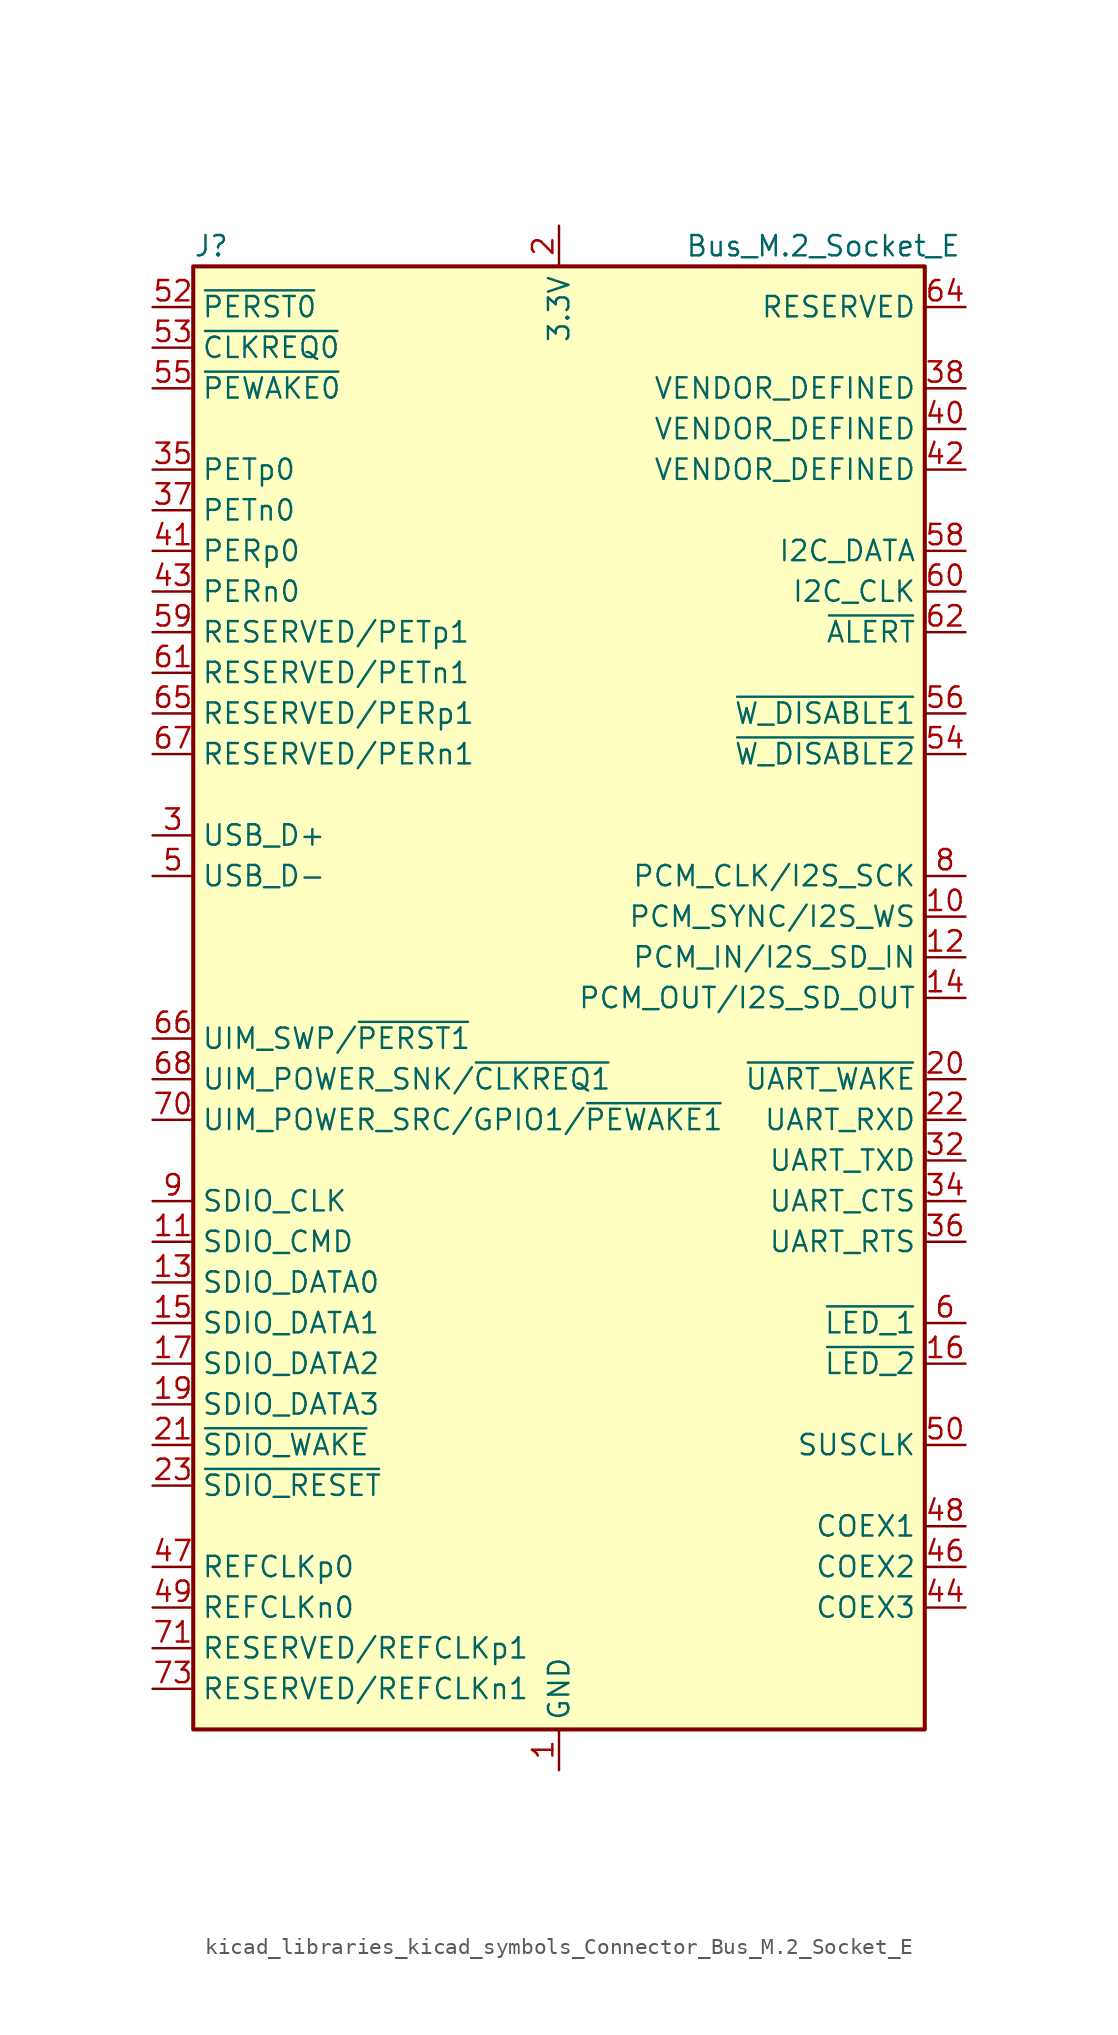
<source format=kicad_sym>
(kicad_symbol_lib
  (version 20220914)
  (generator kicad_symbol_editor)
  (symbol "kicad_libraries_kicad_symbols_Connector_Bus_M.2_Socket_E"
    (property "Reference" "J"
      (at -22.86 46.99 0)
      (effects (font (size 1.27 1.27)) (justify left)))
    (property "Value" "Bus_M.2_Socket_E"
      (at 16.51 46.99 0)
      (effects (font (size 1.27 1.27))))
    (symbol "kicad_libraries_kicad_symbols_Connector_Bus_M.2_Socket_E_0_1"
      (rectangle (start -22.86 45.72) (end 22.86 -45.72) (stroke (width 0.254) (type default)) (fill (type background))))
    (symbol "kicad_libraries_kicad_symbols_Connector_Bus_M.2_Socket_E_1_1"
      (pin power_in line (at 0 -48.26 90) (length 2.54) (name "GND" (effects (font (size 1.27 1.27)))) (number "1" (effects (font (size 1.27 1.27)))))
      (pin bidirectional line (at 25.4 5.08 180) (length 2.54) (name "PCM_SYNC/I2S_WS" (effects (font (size 1.27 1.27)))) (number "10" (effects (font (size 1.27 1.27)))))
      (pin bidirectional line (at -25.4 -15.24 0) (length 2.54) (name "SDIO_CMD" (effects (font (size 1.27 1.27)))) (number "11" (effects (font (size 1.27 1.27)))))
      (pin input line (at 25.4 2.54 180) (length 2.54) (name "PCM_IN/I2S_SD_IN" (effects (font (size 1.27 1.27)))) (number "12" (effects (font (size 1.27 1.27)))))
      (pin bidirectional line (at -25.4 -17.78 0) (length 2.54) (name "SDIO_DATA0" (effects (font (size 1.27 1.27)))) (number "13" (effects (font (size 1.27 1.27)))))
      (pin output line (at 25.4 0 180) (length 2.54) (name "PCM_OUT/I2S_SD_OUT" (effects (font (size 1.27 1.27)))) (number "14" (effects (font (size 1.27 1.27)))))
      (pin bidirectional line (at -25.4 -20.32 0) (length 2.54) (name "SDIO_DATA1" (effects (font (size 1.27 1.27)))) (number "15" (effects (font (size 1.27 1.27)))))
      (pin open_collector line (at 25.4 -22.86 180) (length 2.54) (name "~{LED_2}" (effects (font (size 1.27 1.27)))) (number "16" (effects (font (size 1.27 1.27)))))
      (pin bidirectional line (at -25.4 -22.86 0) (length 2.54) (name "SDIO_DATA2" (effects (font (size 1.27 1.27)))) (number "17" (effects (font (size 1.27 1.27)))))
      (pin passive line (at 0 -48.26 90) (length 2.54) hide (name "GND" (effects (font (size 1.27 1.27)))) (number "18" (effects (font (size 1.27 1.27)))))
      (pin bidirectional line (at -25.4 -25.4 0) (length 2.54) (name "SDIO_DATA3" (effects (font (size 1.27 1.27)))) (number "19" (effects (font (size 1.27 1.27)))))
      (pin power_in line (at 0 48.26 270) (length 2.54) (name "3.3V" (effects (font (size 1.27 1.27)))) (number "2" (effects (font (size 1.27 1.27)))))
      (pin input line (at 25.4 -5.08 180) (length 2.54) (name "~{UART_WAKE}" (effects (font (size 1.27 1.27)))) (number "20" (effects (font (size 1.27 1.27)))))
      (pin input line (at -25.4 -27.94 0) (length 2.54) (name "~{SDIO_WAKE}" (effects (font (size 1.27 1.27)))) (number "21" (effects (font (size 1.27 1.27)))))
      (pin input line (at 25.4 -7.62 180) (length 2.54) (name "UART_RXD" (effects (font (size 1.27 1.27)))) (number "22" (effects (font (size 1.27 1.27)))))
      (pin output line (at -25.4 -30.48 0) (length 2.54) (name "~{SDIO_RESET}" (effects (font (size 1.27 1.27)))) (number "23" (effects (font (size 1.27 1.27)))))
      (pin bidirectional line (at -25.4 10.16 0) (length 2.54) (name "USB_D+" (effects (font (size 1.27 1.27)))) (number "3" (effects (font (size 1.27 1.27)))))
      (pin output line (at 25.4 -10.16 180) (length 2.54) (name "UART_TXD" (effects (font (size 1.27 1.27)))) (number "32" (effects (font (size 1.27 1.27)))))
      (pin passive line (at 0 -48.26 90) (length 2.54) hide (name "GND" (effects (font (size 1.27 1.27)))) (number "33" (effects (font (size 1.27 1.27)))))
      (pin input line (at 25.4 -12.7 180) (length 2.54) (name "UART_CTS" (effects (font (size 1.27 1.27)))) (number "34" (effects (font (size 1.27 1.27)))))
      (pin output line (at -25.4 33.02 0) (length 2.54) (name "PETp0" (effects (font (size 1.27 1.27)))) (number "35" (effects (font (size 1.27 1.27)))))
      (pin output line (at 25.4 -15.24 180) (length 2.54) (name "UART_RTS" (effects (font (size 1.27 1.27)))) (number "36" (effects (font (size 1.27 1.27)))))
      (pin output line (at -25.4 30.48 0) (length 2.54) (name "PETn0" (effects (font (size 1.27 1.27)))) (number "37" (effects (font (size 1.27 1.27)))))
      (pin passive line (at 25.4 38.1 180) (length 2.54) (name "VENDOR_DEFINED" (effects (font (size 1.27 1.27)))) (number "38" (effects (font (size 1.27 1.27)))))
      (pin passive line (at 0 -48.26 90) (length 2.54) hide (name "GND" (effects (font (size 1.27 1.27)))) (number "39" (effects (font (size 1.27 1.27)))))
      (pin passive line (at 0 48.26 270) (length 2.54) hide (name "3.3V" (effects (font (size 1.27 1.27)))) (number "4" (effects (font (size 1.27 1.27)))))
      (pin passive line (at 25.4 35.56 180) (length 2.54) (name "VENDOR_DEFINED" (effects (font (size 1.27 1.27)))) (number "40" (effects (font (size 1.27 1.27)))))
      (pin input line (at -25.4 27.94 0) (length 2.54) (name "PERp0" (effects (font (size 1.27 1.27)))) (number "41" (effects (font (size 1.27 1.27)))))
      (pin passive line (at 25.4 33.02 180) (length 2.54) (name "VENDOR_DEFINED" (effects (font (size 1.27 1.27)))) (number "42" (effects (font (size 1.27 1.27)))))
      (pin input line (at -25.4 25.4 0) (length 2.54) (name "PERn0" (effects (font (size 1.27 1.27)))) (number "43" (effects (font (size 1.27 1.27)))))
      (pin bidirectional line (at 25.4 -38.1 180) (length 2.54) (name "COEX3" (effects (font (size 1.27 1.27)))) (number "44" (effects (font (size 1.27 1.27)))))
      (pin passive line (at 0 -48.26 90) (length 2.54) hide (name "GND" (effects (font (size 1.27 1.27)))) (number "45" (effects (font (size 1.27 1.27)))))
      (pin bidirectional line (at 25.4 -35.56 180) (length 2.54) (name "COEX2" (effects (font (size 1.27 1.27)))) (number "46" (effects (font (size 1.27 1.27)))))
      (pin output line (at -25.4 -35.56 0) (length 2.54) (name "REFCLKp0" (effects (font (size 1.27 1.27)))) (number "47" (effects (font (size 1.27 1.27)))))
      (pin bidirectional line (at 25.4 -33.02 180) (length 2.54) (name "COEX1" (effects (font (size 1.27 1.27)))) (number "48" (effects (font (size 1.27 1.27)))))
      (pin output line (at -25.4 -38.1 0) (length 2.54) (name "REFCLKn0" (effects (font (size 1.27 1.27)))) (number "49" (effects (font (size 1.27 1.27)))))
      (pin bidirectional line (at -25.4 7.62 0) (length 2.54) (name "USB_D-" (effects (font (size 1.27 1.27)))) (number "5" (effects (font (size 1.27 1.27)))))
      (pin output line (at 25.4 -27.94 180) (length 2.54) (name "SUSCLK" (effects (font (size 1.27 1.27)))) (number "50" (effects (font (size 1.27 1.27)))))
      (pin passive line (at 0 -48.26 90) (length 2.54) hide (name "GND" (effects (font (size 1.27 1.27)))) (number "51" (effects (font (size 1.27 1.27)))))
      (pin output line (at -25.4 43.18 0) (length 2.54) (name "~{PERST0}" (effects (font (size 1.27 1.27)))) (number "52" (effects (font (size 1.27 1.27)))))
      (pin bidirectional line (at -25.4 40.64 0) (length 2.54) (name "~{CLKREQ0}" (effects (font (size 1.27 1.27)))) (number "53" (effects (font (size 1.27 1.27)))))
      (pin output line (at 25.4 15.24 180) (length 2.54) (name "~{W_DISABLE2}" (effects (font (size 1.27 1.27)))) (number "54" (effects (font (size 1.27 1.27)))))
      (pin bidirectional line (at -25.4 38.1 0) (length 2.54) (name "~{PEWAKE0}" (effects (font (size 1.27 1.27)))) (number "55" (effects (font (size 1.27 1.27)))))
      (pin output line (at 25.4 17.78 180) (length 2.54) (name "~{W_DISABLE1}" (effects (font (size 1.27 1.27)))) (number "56" (effects (font (size 1.27 1.27)))))
      (pin passive line (at 0 -48.26 90) (length 2.54) hide (name "GND" (effects (font (size 1.27 1.27)))) (number "57" (effects (font (size 1.27 1.27)))))
      (pin bidirectional line (at 25.4 27.94 180) (length 2.54) (name "I2C_DATA" (effects (font (size 1.27 1.27)))) (number "58" (effects (font (size 1.27 1.27)))))
      (pin output line (at -25.4 22.86 0) (length 2.54) (name "RESERVED/PETp1" (effects (font (size 1.27 1.27)))) (number "59" (effects (font (size 1.27 1.27)))))
      (pin open_collector line (at 25.4 -20.32 180) (length 2.54) (name "~{LED_1}" (effects (font (size 1.27 1.27)))) (number "6" (effects (font (size 1.27 1.27)))))
      (pin output line (at 25.4 25.4 180) (length 2.54) (name "I2C_CLK" (effects (font (size 1.27 1.27)))) (number "60" (effects (font (size 1.27 1.27)))))
      (pin output line (at -25.4 20.32 0) (length 2.54) (name "RESERVED/PETn1" (effects (font (size 1.27 1.27)))) (number "61" (effects (font (size 1.27 1.27)))))
      (pin input line (at 25.4 22.86 180) (length 2.54) (name "~{ALERT}" (effects (font (size 1.27 1.27)))) (number "62" (effects (font (size 1.27 1.27)))))
      (pin passive line (at 0 -48.26 90) (length 2.54) hide (name "GND" (effects (font (size 1.27 1.27)))) (number "63" (effects (font (size 1.27 1.27)))))
      (pin passive line (at 25.4 43.18 180) (length 2.54) (name "RESERVED" (effects (font (size 1.27 1.27)))) (number "64" (effects (font (size 1.27 1.27)))))
      (pin input line (at -25.4 17.78 0) (length 2.54) (name "RESERVED/PERp1" (effects (font (size 1.27 1.27)))) (number "65" (effects (font (size 1.27 1.27)))))
      (pin output line (at -25.4 -2.54 0) (length 2.54) (name "UIM_SWP/~{PERST1}" (effects (font (size 1.27 1.27)))) (number "66" (effects (font (size 1.27 1.27)))))
      (pin input line (at -25.4 15.24 0) (length 2.54) (name "RESERVED/PERn1" (effects (font (size 1.27 1.27)))) (number "67" (effects (font (size 1.27 1.27)))))
      (pin bidirectional line (at -25.4 -5.08 0) (length 2.54) (name "UIM_POWER_SNK/~{CLKREQ1}" (effects (font (size 1.27 1.27)))) (number "68" (effects (font (size 1.27 1.27)))))
      (pin passive line (at 0 -48.26 90) (length 2.54) hide (name "GND" (effects (font (size 1.27 1.27)))) (number "69" (effects (font (size 1.27 1.27)))))
      (pin passive line (at 0 -48.26 90) (length 2.54) hide (name "GND" (effects (font (size 1.27 1.27)))) (number "7" (effects (font (size 1.27 1.27)))))
      (pin bidirectional line (at -25.4 -7.62 0) (length 2.54) (name "UIM_POWER_SRC/GPIO1/~{PEWAKE1}" (effects (font (size 1.27 1.27)))) (number "70" (effects (font (size 1.27 1.27)))))
      (pin output line (at -25.4 -40.64 0) (length 2.54) (name "RESERVED/REFCLKp1" (effects (font (size 1.27 1.27)))) (number "71" (effects (font (size 1.27 1.27)))))
      (pin passive line (at 0 48.26 270) (length 2.54) hide (name "3.3V" (effects (font (size 1.27 1.27)))) (number "72" (effects (font (size 1.27 1.27)))))
      (pin output line (at -25.4 -43.18 0) (length 2.54) (name "RESERVED/REFCLKn1" (effects (font (size 1.27 1.27)))) (number "73" (effects (font (size 1.27 1.27)))))
      (pin passive line (at 0 48.26 270) (length 2.54) hide (name "3.3V" (effects (font (size 1.27 1.27)))) (number "74" (effects (font (size 1.27 1.27)))))
      (pin passive line (at 0 -48.26 90) (length 2.54) hide (name "GND" (effects (font (size 1.27 1.27)))) (number "75" (effects (font (size 1.27 1.27)))))
      (pin bidirectional line (at 25.4 7.62 180) (length 2.54) (name "PCM_CLK/I2S_SCK" (effects (font (size 1.27 1.27)))) (number "8" (effects (font (size 1.27 1.27)))))
      (pin output line (at -25.4 -12.7 0) (length 2.54) (name "SDIO_CLK" (effects (font (size 1.27 1.27)))) (number "9" (effects (font (size 1.27 1.27))))))))
</source>
